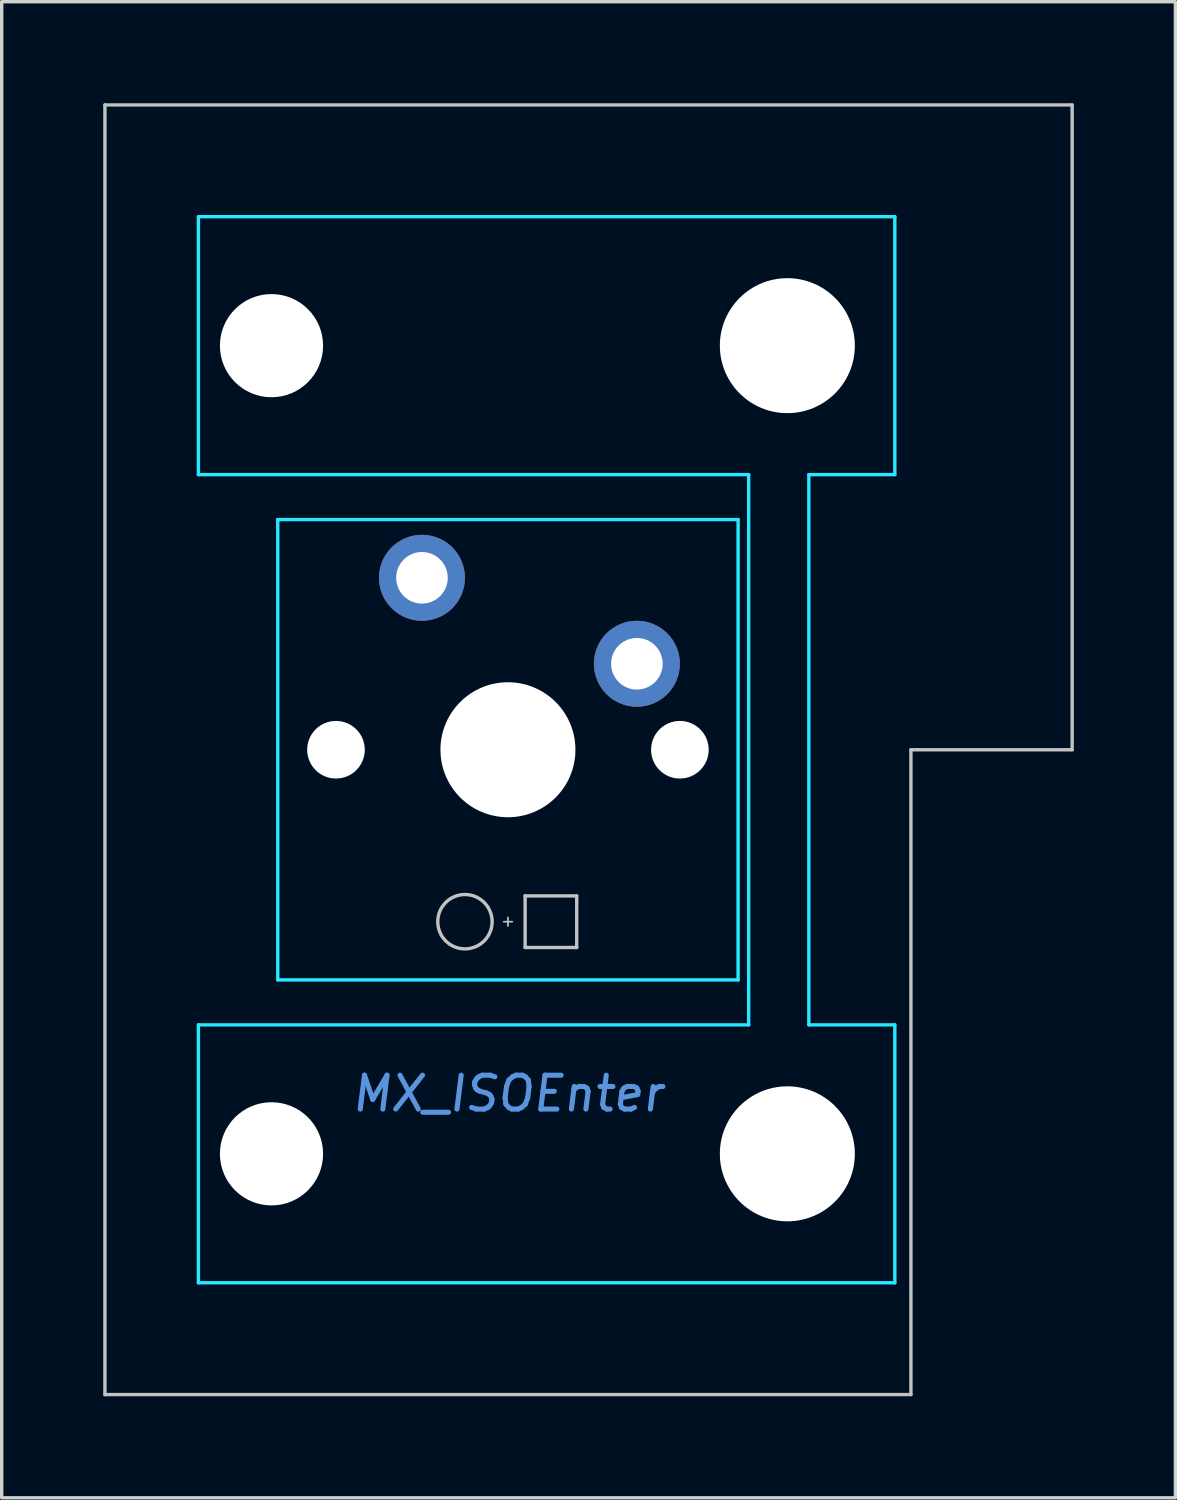
<source format=kicad_pcb>
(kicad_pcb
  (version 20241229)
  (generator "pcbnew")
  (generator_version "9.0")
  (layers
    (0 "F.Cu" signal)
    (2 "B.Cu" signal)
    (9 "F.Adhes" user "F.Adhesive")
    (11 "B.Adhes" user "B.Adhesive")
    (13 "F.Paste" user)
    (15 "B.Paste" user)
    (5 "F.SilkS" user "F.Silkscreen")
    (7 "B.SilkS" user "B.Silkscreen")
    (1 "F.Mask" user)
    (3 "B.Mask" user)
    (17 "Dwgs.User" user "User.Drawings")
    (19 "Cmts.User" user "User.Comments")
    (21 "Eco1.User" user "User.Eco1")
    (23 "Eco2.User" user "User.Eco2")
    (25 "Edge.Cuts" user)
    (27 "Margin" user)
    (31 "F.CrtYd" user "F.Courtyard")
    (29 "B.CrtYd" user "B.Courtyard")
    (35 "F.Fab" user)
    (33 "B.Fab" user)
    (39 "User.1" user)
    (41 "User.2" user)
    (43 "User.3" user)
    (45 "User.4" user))
  (footprint "MX_ISOEnter"
    (layer "F.Cu")
    (at 11.956 19.1)
    (property "Reference" "MX_ISOEnter" (at 0 10.16 0) (layer "Cmts.User") (effects (font (size 1 1) (thickness 0.15) (italic yes))))
    (attr through_hole)
    (fp_line (start -11.906 19.05) (end -11.906 -19.05) (stroke (width 0.1) (type solid)) (layer "Dwgs.User"))
    (fp_line (start 0 4.953) (end 0 5.207) (stroke (width 0.05) (type solid)) (layer "Dwgs.User"))
    (fp_line (start 0.127 5.08) (end -0.127 5.08) (stroke (width 0.05) (type solid)) (layer "Dwgs.User"))
    (fp_line (start 0.508 5.842) (end 0.508 4.318) (stroke (width 0.1) (type solid)) (layer "Dwgs.User"))
    (fp_line (start 0.508 5.842) (end 2.032 5.842) (stroke (width 0.1) (type solid)) (layer "Dwgs.User"))
    (fp_line (start 2.032 4.318) (end 0.508 4.318) (stroke (width 0.1) (type solid)) (layer "Dwgs.User"))
    (fp_line (start 2.032 5.842) (end 2.032 4.318) (stroke (width 0.1) (type solid)) (layer "Dwgs.User"))
    (fp_line (start 11.906 19.05) (end -11.906 19.05) (stroke (width 0.1) (type solid)) (layer "Dwgs.User"))
    (fp_line (start 11.906 19.05) (end 11.906 0) (stroke (width 0.1) (type solid)) (layer "Dwgs.User"))
    (fp_line (start 16.669 -19.05) (end -11.906 -19.05) (stroke (width 0.1) (type solid)) (layer "Dwgs.User"))
    (fp_line (start 16.669 0) (end 11.906 0) (stroke (width 0.1) (type solid)) (layer "Dwgs.User"))
    (fp_line (start 16.669 0) (end 16.669 -19.05) (stroke (width 0.1) (type solid)) (layer "Dwgs.User"))
    (fp_circle (center -1.27 5.08) (end -1.27 4.277) (stroke (width 0.1) (type solid)) (fill no) (layer "Dwgs.User"))
    (fp_line (start -6.985 -6.73) (end -6.985 6.732) (stroke (width 0.1) (type solid)) (layer "Eco1.User"))
    (fp_line (start -6.731 6.986) (end -5.852 6.986) (stroke (width 0.1) (type solid)) (layer "Eco1.User"))
    (fp_line (start -6.537 -15.651) (end -6.537 -9.09) (stroke (width 0.1) (type solid)) (layer "Eco1.User"))
    (fp_line (start -6.537 9.091) (end -6.537 15.652) (stroke (width 0.1) (type solid)) (layer "Eco1.User"))
    (fp_line (start -6.283 -8.836) (end -5.852 -8.836) (stroke (width 0.1) (type solid)) (layer "Eco1.User"))
    (fp_line (start -6.283 15.906) (end -3.423 15.906) (stroke (width 0.1) (type solid)) (layer "Eco1.User"))
    (fp_line (start -5.852 -6.984) (end -6.731 -6.984) (stroke (width 0.1) (type solid)) (layer "Eco1.User"))
    (fp_line (start -5.852 8.837) (end -6.283 8.837) (stroke (width 0.1) (type solid)) (layer "Eco1.User"))
    (fp_line (start -5.598 -8.582) (end -5.598 -7.238) (stroke (width 0.1) (type solid)) (layer "Eco1.User"))
    (fp_line (start -5.598 7.24) (end -5.598 8.583) (stroke (width 0.1) (type solid)) (layer "Eco1.User"))
    (fp_line (start -3.423 -15.905) (end -6.283 -15.905) (stroke (width 0.1) (type solid)) (layer "Eco1.User"))
    (fp_line (start -3.169 -16.492) (end -3.169 -16.159) (stroke (width 0.1) (type solid)) (layer "Eco1.User"))
    (fp_line (start -3.169 16.16) (end -3.169 16.494) (stroke (width 0.1) (type solid)) (layer "Eco1.User"))
    (fp_line (start -2.915 16.748) (end 0.563 16.748) (stroke (width 0.1) (type solid)) (layer "Eco1.User"))
    (fp_line (start -2.087 0.001) (end 2.104 0.001) (stroke (width 0.1) (type solid)) (layer "Eco1.User"))
    (fp_line (start -0.001 -2.158) (end -0.001 2.16) (stroke (width 0.1) (type solid)) (layer "Eco1.User"))
    (fp_line (start 0.563 -16.746) (end -2.915 -16.746) (stroke (width 0.1) (type solid)) (layer "Eco1.User"))
    (fp_line (start 0.817 -16.159) (end 0.817 -16.492) (stroke (width 0.1) (type solid)) (layer "Eco1.User"))
    (fp_line (start 0.817 16.494) (end 0.817 16.16) (stroke (width 0.1) (type solid)) (layer "Eco1.User"))
    (fp_line (start 1.071 15.906) (end 6.177 15.906) (stroke (width 0.1) (type solid)) (layer "Eco1.User"))
    (fp_line (start 5.757 -7.238) (end 5.757 -8.582) (stroke (width 0.1) (type solid)) (layer "Eco1.User"))
    (fp_line (start 5.757 8.583) (end 5.757 7.24) (stroke (width 0.1) (type solid)) (layer "Eco1.User"))
    (fp_line (start 6.011 -8.836) (end 6.289 -8.836) (stroke (width 0.1) (type solid)) (layer "Eco1.User"))
    (fp_line (start 6.011 6.986) (end 6.749 6.986) (stroke (width 0.1) (type solid)) (layer "Eco1.User"))
    (fp_line (start 6.177 -15.905) (end 1.071 -15.905) (stroke (width 0.1) (type solid)) (layer "Eco1.User"))
    (fp_line (start 6.289 8.837) (end 6.011 8.837) (stroke (width 0.1) (type solid)) (layer "Eco1.User"))
    (fp_line (start 6.431 -14.42) (end 6.431 -15.651) (stroke (width 0.1) (type solid)) (layer "Eco1.User"))
    (fp_line (start 6.431 15.652) (end 6.431 14.421) (stroke (width 0.1) (type solid)) (layer "Eco1.User"))
    (fp_line (start 6.543 -9.09) (end 6.543 -10.265) (stroke (width 0.1) (type solid)) (layer "Eco1.User"))
    (fp_line (start 6.543 10.266) (end 6.543 9.091) (stroke (width 0.1) (type solid)) (layer "Eco1.User"))
    (fp_line (start 6.685 14.167) (end 7.805 14.167) (stroke (width 0.1) (type solid)) (layer "Eco1.User"))
    (fp_line (start 6.749 -6.984) (end 6.011 -6.984) (stroke (width 0.1) (type solid)) (layer "Eco1.User"))
    (fp_line (start 6.797 -10.519) (end 7.805 -10.519) (stroke (width 0.1) (type solid)) (layer "Eco1.User"))
    (fp_line (start 7.003 6.732) (end 7.003 -6.73) (stroke (width 0.1) (type solid)) (layer "Eco1.User"))
    (fp_line (start 7.805 -14.166) (end 6.685 -14.166) (stroke (width 0.1) (type solid)) (layer "Eco1.User"))
    (fp_line (start 7.805 10.52) (end 6.797 10.52) (stroke (width 0.1) (type solid)) (layer "Eco1.User"))
    (fp_line (start 8.059 -10.773) (end 8.059 -13.912) (stroke (width 0.1) (type solid)) (layer "Eco1.User"))
    (fp_line (start 8.059 13.913) (end 8.059 10.774) (stroke (width 0.1) (type solid)) (layer "Eco1.User"))
    (fp_arc (start -6.985 -6.730206) (mid -6.910605 -6.909811) (end -6.731 -6.984206) (stroke (width 0.1) (type solid)) (layer "Eco1.User"))
    (fp_arc (start -6.731 6.985812) (mid -6.910605 6.911417) (end -6.985 6.731812) (stroke (width 0.1) (type solid)) (layer "Eco1.User"))
    (fp_arc (start -6.537389 -15.650819) (mid -6.462994 -15.830424) (end -6.283389 -15.904819) (stroke (width 0.1) (type solid)) (layer "Eco1.User"))
    (fp_arc (start -6.537389 9.09126) (mid -6.462994 8.911655) (end -6.283389 8.83726) (stroke (width 0.1) (type solid)) (layer "Eco1.User"))
    (fp_arc (start -6.283389 -8.835655) (mid -6.462994 -8.91005) (end -6.537389 -9.089655) (stroke (width 0.1) (type solid)) (layer "Eco1.User"))
    (fp_arc (start -6.283389 15.906426) (mid -6.462994 15.832031) (end -6.537389 15.652426) (stroke (width 0.1) (type solid)) (layer "Eco1.User"))
    (fp_arc (start -5.851639 -8.835655) (mid -5.672034 -8.76126) (end -5.597639 -8.581655) (stroke (width 0.1) (type solid)) (layer "Eco1.User"))
    (fp_arc (start -5.851639 6.985812) (mid -5.672034 7.060207) (end -5.597639 7.239812) (stroke (width 0.1) (type solid)) (layer "Eco1.User"))
    (fp_arc (start -5.597639 -7.238206) (mid -5.672034 -7.058601) (end -5.851639 -6.984206) (stroke (width 0.1) (type solid)) (layer "Eco1.User"))
    (fp_arc (start -5.597639 8.58326) (mid -5.672034 8.762865) (end -5.851639 8.83726) (stroke (width 0.1) (type solid)) (layer "Eco1.User"))
    (fp_arc (start -3.423367 15.906426) (mid -3.243762 15.980821) (end -3.169367 16.160426) (stroke (width 0.1) (type solid)) (layer "Eco1.User"))
    (fp_arc (start -3.169367 -16.492386) (mid -3.094972 -16.671991) (end -2.915367 -16.746386) (stroke (width 0.1) (type solid)) (layer "Eco1.User"))
    (fp_arc (start -3.169367 -16.158819) (mid -3.243762 -15.979214) (end -3.423367 -15.904819) (stroke (width 0.1) (type solid)) (layer "Eco1.User"))
    (fp_arc (start -2.915367 16.747995) (mid -3.094972 16.6736) (end -3.169367 16.493995) (stroke (width 0.1) (type solid)) (layer "Eco1.User"))
    (fp_arc (start 0.562684 -16.746386) (mid 0.742289 -16.671991) (end 0.816684 -16.492386) (stroke (width 0.1) (type solid)) (layer "Eco1.User"))
    (fp_arc (start 0.816684 16.160426) (mid 0.891079 15.980821) (end 1.070684 15.906426) (stroke (width 0.1) (type solid)) (layer "Eco1.User"))
    (fp_arc (start 0.816684 16.493995) (mid 0.742289 16.6736) (end 0.562684 16.747995) (stroke (width 0.1) (type solid)) (layer "Eco1.User"))
    (fp_arc (start 1.070684 -15.904819) (mid 0.891079 -15.979214) (end 0.816684 -16.158819) (stroke (width 0.1) (type solid)) (layer "Eco1.User"))
    (fp_arc (start 5.757382 -8.581655) (mid 5.831777 -8.76126) (end 6.011382 -8.835655) (stroke (width 0.1) (type solid)) (layer "Eco1.User"))
    (fp_arc (start 5.757382 7.239812) (mid 5.831777 7.060207) (end 6.011382 6.985812) (stroke (width 0.1) (type solid)) (layer "Eco1.User"))
    (fp_arc (start 6.011382 -6.984206) (mid 5.831777 -7.058601) (end 5.757382 -7.238206) (stroke (width 0.1) (type solid)) (layer "Eco1.User"))
    (fp_arc (start 6.011382 8.83726) (mid 5.831777 8.762865) (end 5.757382 8.58326) (stroke (width 0.1) (type solid)) (layer "Eco1.User"))
    (fp_arc (start 6.176634 -15.904819) (mid 6.356239 -15.830424) (end 6.430634 -15.650819) (stroke (width 0.1) (type solid)) (layer "Eco1.User"))
    (fp_arc (start 6.288846 8.83726) (mid 6.468451 8.911655) (end 6.542846 9.09126) (stroke (width 0.1) (type solid)) (layer "Eco1.User"))
    (fp_arc (start 6.430634 14.421189) (mid 6.505029 14.241584) (end 6.684634 14.167189) (stroke (width 0.1) (type solid)) (layer "Eco1.User"))
    (fp_arc (start 6.430634 15.652426) (mid 6.356239 15.832031) (end 6.176634 15.906426) (stroke (width 0.1) (type solid)) (layer "Eco1.User"))
    (fp_arc (start 6.542846 -10.264789) (mid 6.617241 -10.444394) (end 6.796846 -10.518789) (stroke (width 0.1) (type solid)) (layer "Eco1.User"))
    (fp_arc (start 6.542846 -9.089655) (mid 6.468451 -8.91005) (end 6.288846 -8.835655) (stroke (width 0.1) (type solid)) (layer "Eco1.User"))
    (fp_arc (start 6.684634 -14.16558) (mid 6.505029 -14.239975) (end 6.430634 -14.41958) (stroke (width 0.1) (type solid)) (layer "Eco1.User"))
    (fp_arc (start 6.748758 -6.984206) (mid 6.928363 -6.909811) (end 7.002758 -6.730206) (stroke (width 0.1) (type solid)) (layer "Eco1.User"))
    (fp_arc (start 6.796846 10.520399) (mid 6.617241 10.446004) (end 6.542846 10.266399) (stroke (width 0.1) (type solid)) (layer "Eco1.User"))
    (fp_arc (start 7.002758 6.731812) (mid 6.928363 6.911417) (end 6.748758 6.985812) (stroke (width 0.1) (type solid)) (layer "Eco1.User"))
    (fp_arc (start 7.80542 -14.16558) (mid 7.985025 -14.091185) (end 8.05942 -13.91158) (stroke (width 0.1) (type solid)) (layer "Eco1.User"))
    (fp_arc (start 7.80542 10.520399) (mid 7.985025 10.594794) (end 8.05942 10.774399) (stroke (width 0.1) (type solid)) (layer "Eco1.User"))
    (fp_arc (start 8.05942 -10.772789) (mid 7.985025 -10.593184) (end 7.80542 -10.518789) (stroke (width 0.1) (type solid)) (layer "Eco1.User"))
    (fp_arc (start 8.05942 13.913189) (mid 7.985025 14.092794) (end 7.80542 14.167189) (stroke (width 0.1) (type solid)) (layer "Eco1.User"))
    (fp_circle (center 0 0) (end 0 -1.904) (stroke (width 0.1) (type solid)) (fill no) (layer "Eco1.User"))
    (fp_line (start -9.144 -15.748) (end 11.43 -15.748) (stroke (width 0.1) (type solid)) (layer "B.CrtYd"))
    (fp_line (start -9.144 -8.128) (end -9.144 -15.748) (stroke (width 0.1) (type solid)) (layer "B.CrtYd"))
    (fp_line (start -9.144 -8.128) (end 7.112 -8.128) (stroke (width 0.1) (type solid)) (layer "B.CrtYd"))
    (fp_line (start -9.144 8.128) (end 7.112 8.128) (stroke (width 0.1) (type solid)) (layer "B.CrtYd"))
    (fp_line (start -9.144 15.748) (end -9.144 8.128) (stroke (width 0.1) (type solid)) (layer "B.CrtYd"))
    (fp_line (start -6.8 6.8) (end -6.8 -6.8) (stroke (width 0.1) (type solid)) (layer "B.CrtYd"))
    (fp_line (start 6.8 -6.8) (end -6.8 -6.8) (stroke (width 0.1) (type solid)) (layer "B.CrtYd"))
    (fp_line (start 6.8 6.8) (end -6.8 6.8) (stroke (width 0.1) (type solid)) (layer "B.CrtYd"))
    (fp_line (start 6.8 6.8) (end 6.8 -6.8) (stroke (width 0.1) (type solid)) (layer "B.CrtYd"))
    (fp_line (start 7.112 8.128) (end 7.112 -8.128) (stroke (width 0.1) (type solid)) (layer "B.CrtYd"))
    (fp_line (start 8.89 8.128) (end 8.89 -8.128) (stroke (width 0.1) (type solid)) (layer "B.CrtYd"))
    (fp_line (start 11.43 -15.748) (end 11.43 -8.128) (stroke (width 0.1) (type solid)) (layer "B.CrtYd"))
    (fp_line (start 11.43 -8.128) (end 8.89 -8.128) (stroke (width 0.1) (type solid)) (layer "B.CrtYd"))
    (fp_line (start 11.43 8.128) (end 8.89 8.128) (stroke (width 0.1) (type solid)) (layer "B.CrtYd"))
    (fp_line (start 11.43 8.128) (end 11.43 15.748) (stroke (width 0.1) (type solid)) (layer "B.CrtYd"))
    (fp_line (start 11.43 15.748) (end -9.144 15.748) (stroke (width 0.1) (type solid)) (layer "B.CrtYd"))
    (pad "" np_thru_hole circle (at -6.985 -11.938 90) (size 3.048 3.048) (drill 3.048) (layers "*.Cu" "*.Mask"))
    (pad "" np_thru_hole circle (at -6.985 11.938 90) (size 3.048 3.048) (drill 3.048) (layers "*.Cu" "*.Mask"))
    (pad "" np_thru_hole circle (at -5.08 0 270) (size 1.702 1.702) (drill 1.702) (layers "*.Cu" "*.Mask"))
    (pad "" np_thru_hole circle (at 0 0) (size 3.988 3.988) (drill 3.988) (layers "*.Cu" "*.Mask"))
    (pad "" np_thru_hole circle (at 5.08 0 270) (size 1.702 1.702) (drill 1.702) (layers "*.Cu" "*.Mask"))
    (pad "" np_thru_hole circle (at 8.255 -11.938 90) (size 3.988 3.988) (drill 3.988) (layers "*.Cu" "*.Mask"))
    (pad "" np_thru_hole circle (at 8.255 11.938 90) (size 3.988 3.988) (drill 3.988) (layers "*.Cu" "*.Mask"))
    (pad "1" thru_hole circle (at -2.54 -5.08 270) (size 2.54 2.54) (drill 1.524) (layers "*.Cu" "*.Mask"))
    (pad "2" thru_hole circle (at 3.81 -2.54 270) (size 2.54 2.54) (drill 1.524) (layers "*.Cu" "*.Mask")))
  (gr_rect
    (start -3 -3)
    (end 31.675 41.2)
    (stroke (width 0.1) (type default))
    (fill no)
    (layer "Edge.Cuts")))
</source>
